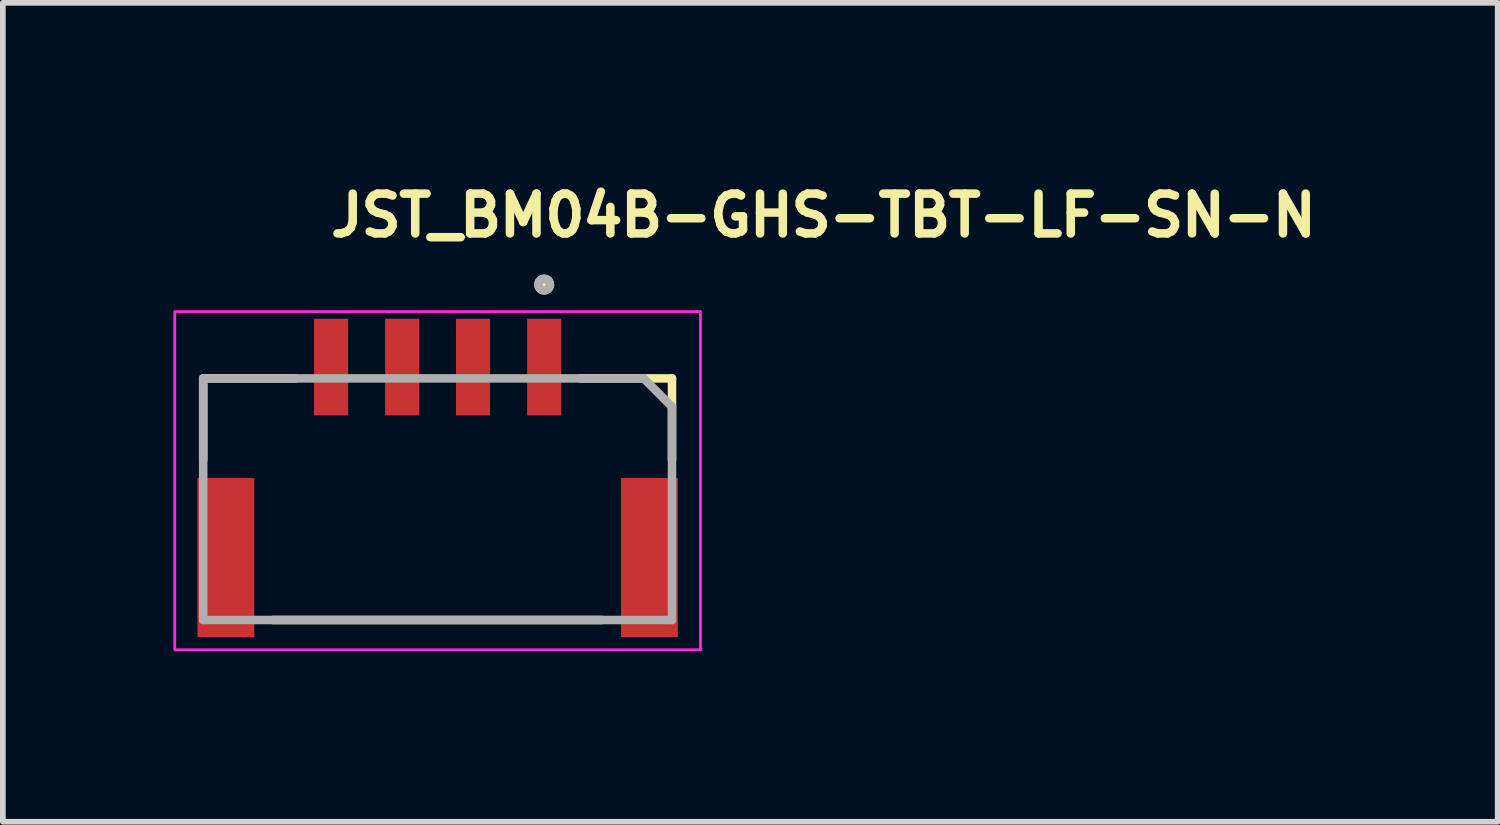
<source format=kicad_pcb>
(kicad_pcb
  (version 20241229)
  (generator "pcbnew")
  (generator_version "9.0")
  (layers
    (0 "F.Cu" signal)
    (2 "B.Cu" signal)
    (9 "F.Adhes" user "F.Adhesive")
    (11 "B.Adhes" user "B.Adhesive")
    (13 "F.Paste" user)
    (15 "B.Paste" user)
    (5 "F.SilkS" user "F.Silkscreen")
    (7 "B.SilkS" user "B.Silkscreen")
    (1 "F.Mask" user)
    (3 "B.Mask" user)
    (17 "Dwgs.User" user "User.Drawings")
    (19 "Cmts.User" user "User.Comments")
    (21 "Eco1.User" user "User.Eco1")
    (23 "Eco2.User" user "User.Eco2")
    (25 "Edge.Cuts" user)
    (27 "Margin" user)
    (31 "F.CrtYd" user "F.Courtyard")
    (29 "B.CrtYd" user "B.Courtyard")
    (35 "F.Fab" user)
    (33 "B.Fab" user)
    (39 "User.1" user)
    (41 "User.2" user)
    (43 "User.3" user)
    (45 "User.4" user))
  (footprint "JST_BM04B-GHS-TBT-LF-SN-N"
    (layer "F.Cu")
    (at 4.65 5.408)
    (property "Reference" "JST_BM04B-GHS-TBT-LF-SN-N" (at -1.96 -4.258 0) (layer "F.SilkS") (effects (font (size 0.7 0.7) (thickness 0.15)) (justify left bottom)))
    (attr smd)
    (fp_line (start -4.125 -1.801) (end -2.5 -1.801) (stroke (width 0.15) (type solid)) (layer "F.SilkS"))
    (fp_line (start -4.125 -0.37) (end -4.125 -1.801) (stroke (width 0.15) (type solid)) (layer "F.SilkS"))
    (fp_line (start -2.899 2.45) (end 2.898 2.45) (stroke (width 0.15) (type solid)) (layer "F.SilkS"))
    (fp_line (start 2.499 -1.801) (end 4.123 -1.801) (stroke (width 0.15) (type solid)) (layer "F.SilkS"))
    (fp_line (start 4.123 -0.37) (end 4.123 -1.801) (stroke (width 0.15) (type solid)) (layer "F.SilkS"))
    (fp_circle (center 1.874 -3.451) (end 1.975 -3.451) (stroke (width 0.15) (type solid)) (fill no) (layer "F.SilkS"))
    (fp_circle (center 1.874 -3.411) (end 1.923 -3.411) (stroke (width 0.15) (type solid)) (fill yes) (layer "F.SilkS"))
    (fp_circle (center 1.874 -3.41) (end 1.924 -3.41) (stroke (width 0.15) (type solid)) (fill yes) (layer "F.SilkS"))
    (fp_rect (start -4.625 -2.976) (end 4.623 2.975) (stroke (width 0.05) (type solid)) (fill no) (layer "F.CrtYd"))
    (fp_line (start -4.125 -1.801) (end 3.624 -1.801) (stroke (width 0.15) (type solid)) (layer "F.Fab"))
    (fp_line (start -4.125 2.45) (end -4.125 -1.801) (stroke (width 0.15) (type solid)) (layer "F.Fab"))
    (fp_line (start 4.123 -1.301) (end 3.624 -1.801) (stroke (width 0.15) (type solid)) (layer "F.Fab"))
    (fp_line (start 4.123 -1.301) (end 4.123 2.45) (stroke (width 0.15) (type solid)) (layer "F.Fab"))
    (fp_line (start 4.123 2.45) (end -4.125 2.45) (stroke (width 0.15) (type solid)) (layer "F.Fab"))
    (fp_circle (center 1.874 -3.451) (end 1.975 -3.451) (stroke (width 0.15) (type solid)) (fill no) (layer "F.Fab"))
    (fp_rect (start -4.125 -2.476) (end 4.123 2.475) (stroke (width 0.1) (type solid)) (fill no) (layer "User.5"))
    (fp_rect (start -4.125 -2.476) (end 4.123 2.475) (stroke (width 0.1) (type solid)) (fill no) (layer "User.5"))
    (fp_line (start -4.125 -1.176) (end -4.125 -1.776) (stroke (width 0.02) (type solid)) (layer "User.9"))
    (fp_line (start -4.125 0.148) (end -4.125 -1.176) (stroke (width 0.02) (type solid)) (layer "User.9"))
    (fp_line (start -4.125 0.148) (end -4.125 0.598) (stroke (width 0.02) (type solid)) (layer "User.9"))
    (fp_line (start -4.125 1.624) (end -4.125 0.598) (stroke (width 0.02) (type solid)) (layer "User.9"))
    (fp_line (start -4.125 1.624) (end -4.125 2.475) (stroke (width 0.02) (type solid)) (layer "User.9"))
    (fp_line (start -4.077 0.598) (end -4.125 0.598) (stroke (width 0.02) (type solid)) (layer "User.9"))
    (fp_line (start -4.077 0.598) (end -4.077 1.624) (stroke (width 0.02) (type solid)) (layer "User.9"))
    (fp_line (start -4.077 1.624) (end -4.125 1.624) (stroke (width 0.02) (type solid)) (layer "User.9"))
    (fp_line (start -3.899 -1.5) (end -3.899 -1.176) (stroke (width 0.02) (type solid)) (layer "User.9"))
    (fp_line (start -3.899 0.148) (end -3.899 -0.25) (stroke (width 0.02) (type solid)) (layer "User.9"))
    (fp_line (start -3.677 2.1) (end -3.677 1.6) (stroke (width 0.02) (type solid)) (layer "User.9"))
    (fp_line (start -3.625 -1.5) (end -3.899 -1.5) (stroke (width 0.02) (type solid)) (layer "User.9"))
    (fp_line (start -3.625 -1.5) (end -3.552 -1.575) (stroke (width 0.02) (type solid)) (layer "User.9"))
    (fp_line (start -3.625 -1.176) (end -4.125 -1.176) (stroke (width 0.02) (type solid)) (layer "User.9"))
    (fp_line (start -3.625 -0.25) (end -3.899 -0.25) (stroke (width 0.02) (type solid)) (layer "User.9"))
    (fp_line (start -3.625 0.148) (end -3.625 -1.5) (stroke (width 0.02) (type solid)) (layer "User.9"))
    (fp_line (start -3.552 -1.575) (end -3.552 0.148) (stroke (width 0.02) (type solid)) (layer "User.9"))
    (fp_line (start -3.552 0.148) (end -4.125 0.148) (stroke (width 0.02) (type solid)) (layer "User.9"))
    (fp_line (start -3.351 -1.776) (end -4.125 -1.776) (stroke (width 0.02) (type solid)) (layer "User.9"))
    (fp_line (start -3.351 -1.776) (end -3.552 -1.575) (stroke (width 0.02) (type solid)) (layer "User.9"))
    (fp_line (start -3.202 -1.351) (end -3.125 -1.276) (stroke (width 0.02) (type solid)) (layer "User.9"))
    (fp_line (start -3.202 -1.351) (end -1.976 -1.351) (stroke (width 0.02) (type solid)) (layer "User.9"))
    (fp_line (start -3.202 0.997) (end -3.202 -1.351) (stroke (width 0.02) (type solid)) (layer "User.9"))
    (fp_line (start -3.202 0.997) (end -3.125 0.925) (stroke (width 0.02) (type solid)) (layer "User.9"))
    (fp_line (start -3.149 1.6) (end -3.149 2.1) (stroke (width 0.02) (type solid)) (layer "User.9"))
    (fp_line (start -3.125 -1.276) (end -3.125 0.925) (stroke (width 0.02) (type solid)) (layer "User.9"))
    (fp_line (start -3.125 0.925) (end -2.625 0.925) (stroke (width 0.02) (type solid)) (layer "User.9"))
    (fp_line (start -2.625 0.423) (end -2.552 0.423) (stroke (width 0.02) (type solid)) (layer "User.9"))
    (fp_line (start -2.625 0.925) (end -2.625 0.423) (stroke (width 0.02) (type solid)) (layer "User.9"))
    (fp_line (start -2.625 1.6) (end -3.677 1.6) (stroke (width 0.02) (type solid)) (layer "User.9"))
    (fp_line (start -2.625 2.1) (end -3.677 2.1) (stroke (width 0.02) (type solid)) (layer "User.9"))
    (fp_line (start -2.625 2.1) (end -2.625 1.6) (stroke (width 0.02) (type solid)) (layer "User.9"))
    (fp_line (start -2.552 0.423) (end -2.552 0.997) (stroke (width 0.02) (type solid)) (layer "User.9"))
    (fp_line (start -2.552 0.423) (end -2.125 0.423) (stroke (width 0.02) (type solid)) (layer "User.9"))
    (fp_line (start -2.552 0.997) (end -3.202 0.997) (stroke (width 0.02) (type solid)) (layer "User.9"))
    (fp_line (start -2.552 0.997) (end -2.625 0.925) (stroke (width 0.02) (type solid)) (layer "User.9"))
    (fp_line (start -2.25 0.723) (end -2.25 2.172) (stroke (width 0.02) (type solid)) (layer "User.9"))
    (fp_line (start -2.25 0.723) (end 2.249 0.723) (stroke (width 0.02) (type solid)) (layer "User.9"))
    (fp_line (start -2.25 2.1) (end 2.249 2.1) (stroke (width 0.02) (type solid)) (layer "User.9"))
    (fp_line (start -2.125 0.122) (end -1.976 0.122) (stroke (width 0.02) (type solid)) (layer "User.9"))
    (fp_line (start -2.125 0.247) (end -2.125 0.122) (stroke (width 0.02) (type solid)) (layer "User.9"))
    (fp_line (start -2.125 0.247) (end -2.125 0.423) (stroke (width 0.02) (type solid)) (layer "User.9"))
    (fp_line (start -1.976 -2.476) (end -1.976 -1.807) (stroke (width 0.02) (type solid)) (layer "User.9"))
    (fp_line (start -1.976 -1.807) (end -1.976 -1.776) (stroke (width 0.02) (type solid)) (layer "User.9"))
    (fp_line (start -1.976 -1.351) (end -1.976 -1.276) (stroke (width 0.02) (type solid)) (layer "User.9"))
    (fp_line (start -1.976 -1.276) (end -3.125 -1.276) (stroke (width 0.02) (type solid)) (layer "User.9"))
    (fp_line (start -1.976 -1.2) (end -1.976 -1.276) (stroke (width 0.02) (type solid)) (layer "User.9"))
    (fp_line (start -1.976 -1.2) (end -1.776 -1.2) (stroke (width 0.02) (type solid)) (layer "User.9"))
    (fp_line (start -1.976 -1.051) (end -1.976 -1.2) (stroke (width 0.02) (type solid)) (layer "User.9"))
    (fp_line (start -1.976 -1.051) (end -1.776 -1.051) (stroke (width 0.02) (type solid)) (layer "User.9"))
    (fp_line (start -1.976 -0.102) (end -1.776 -0.102) (stroke (width 0.02) (type solid)) (layer "User.9"))
    (fp_line (start -1.976 0.05) (end -1.976 -0.102) (stroke (width 0.02) (type solid)) (layer "User.9"))
    (fp_line (start -1.976 0.05) (end -1.776 0.05) (stroke (width 0.02) (type solid)) (layer "User.9"))
    (fp_line (start -1.976 0.122) (end -1.976 0.05) (stroke (width 0.02) (type solid)) (layer "User.9"))
    (fp_line (start -1.976 0.122) (end -1.976 0.247) (stroke (width 0.02) (type solid)) (layer "User.9"))
    (fp_line (start -1.976 0.247) (end -2.125 0.247) (stroke (width 0.02) (type solid)) (layer "User.9"))
    (fp_line (start -1.976 0.35) (end -1.976 0.247) (stroke (width 0.02) (type solid)) (layer "User.9"))
    (fp_line (start -1.976 0.35) (end -1.776 0.35) (stroke (width 0.02) (type solid)) (layer "User.9"))
    (fp_line (start -1.776 -2.476) (end -1.976 -2.476) (stroke (width 0.02) (type solid)) (layer "User.9"))
    (fp_line (start -1.776 -2.476) (end -1.776 -1.807) (stroke (width 0.02) (type solid)) (layer "User.9"))
    (fp_line (start -1.776 -1.807) (end -1.776 -1.776) (stroke (width 0.02) (type solid)) (layer "User.9"))
    (fp_line (start -1.776 -1.351) (end -1.976 -1.351) (stroke (width 0.02) (type solid)) (layer "User.9"))
    (fp_line (start -1.776 -1.351) (end -0.725 -1.351) (stroke (width 0.02) (type solid)) (layer "User.9"))
    (fp_line (start -1.776 -1.276) (end -1.776 -1.351) (stroke (width 0.02) (type solid)) (layer "User.9"))
    (fp_line (start -1.776 -1.2) (end -1.776 -1.276) (stroke (width 0.02) (type solid)) (layer "User.9"))
    (fp_line (start -1.776 -1.051) (end -1.776 -1.2) (stroke (width 0.02) (type solid)) (layer "User.9"))
    (fp_line (start -1.776 0.05) (end -1.776 -0.102) (stroke (width 0.02) (type solid)) (layer "User.9"))
    (fp_line (start -1.776 0.122) (end -1.776 0.05) (stroke (width 0.02) (type solid)) (layer "User.9"))
    (fp_line (start -1.776 0.122) (end -1.625 0.122) (stroke (width 0.02) (type solid)) (layer "User.9"))
    (fp_line (start -1.776 0.247) (end -1.776 0.122) (stroke (width 0.02) (type solid)) (layer "User.9"))
    (fp_line (start -1.776 0.247) (end -1.776 0.35) (stroke (width 0.02) (type solid)) (layer "User.9"))
    (fp_line (start -1.776 0.35) (end -1.976 0.35) (stroke (width 0.02) (type solid)) (layer "User.9"))
    (fp_line (start -1.625 0.122) (end -1.625 0.247) (stroke (width 0.02) (type solid)) (layer "User.9"))
    (fp_line (start -1.625 0.247) (end -1.776 0.247) (stroke (width 0.02) (type solid)) (layer "User.9"))
    (fp_line (start -1.625 0.423) (end -1.625 0.247) (stroke (width 0.02) (type solid)) (layer "User.9"))
    (fp_line (start -1.625 0.423) (end -0.875 0.423) (stroke (width 0.02) (type solid)) (layer "User.9"))
    (fp_line (start -1.25 1.15) (end -1.25 0.8) (stroke (width 0.02) (type solid)) (layer "User.9"))
    (fp_line (start -1.25 1.15) (end 1.249 1.15) (stroke (width 0.02) (type solid)) (layer "User.9"))
    (fp_line (start -0.875 0.122) (end -0.725 0.122) (stroke (width 0.02) (type solid)) (layer "User.9"))
    (fp_line (start -0.875 0.247) (end -0.875 0.122) (stroke (width 0.02) (type solid)) (layer "User.9"))
    (fp_line (start -0.875 0.247) (end -0.875 0.423) (stroke (width 0.02) (type solid)) (layer "User.9"))
    (fp_line (start -0.725 -2.476) (end -0.725 -1.807) (stroke (width 0.02) (type solid)) (layer "User.9"))
    (fp_line (start -0.725 -1.807) (end -0.725 -1.776) (stroke (width 0.02) (type solid)) (layer "User.9"))
    (fp_line (start -0.725 -1.351) (end -0.725 -1.276) (stroke (width 0.02) (type solid)) (layer "User.9"))
    (fp_line (start -0.725 -1.276) (end -1.776 -1.276) (stroke (width 0.02) (type solid)) (layer "User.9"))
    (fp_line (start -0.725 -1.2) (end -0.725 -1.276) (stroke (width 0.02) (type solid)) (layer "User.9"))
    (fp_line (start -0.725 -1.2) (end -0.528 -1.2) (stroke (width 0.02) (type solid)) (layer "User.9"))
    (fp_line (start -0.725 -1.051) (end -0.725 -1.2) (stroke (width 0.02) (type solid)) (layer "User.9"))
    (fp_line (start -0.725 -1.051) (end -0.528 -1.051) (stroke (width 0.02) (type solid)) (layer "User.9"))
    (fp_line (start -0.725 -0.102) (end -0.528 -0.102) (stroke (width 0.02) (type solid)) (layer "User.9"))
    (fp_line (start -0.725 0.05) (end -0.725 -0.102) (stroke (width 0.02) (type solid)) (layer "User.9"))
    (fp_line (start -0.725 0.05) (end -0.528 0.05) (stroke (width 0.02) (type solid)) (layer "User.9"))
    (fp_line (start -0.725 0.122) (end -0.725 0.05) (stroke (width 0.02) (type solid)) (layer "User.9"))
    (fp_line (start -0.725 0.122) (end -0.725 0.247) (stroke (width 0.02) (type solid)) (layer "User.9"))
    (fp_line (start -0.725 0.247) (end -0.875 0.247) (stroke (width 0.02) (type solid)) (layer "User.9"))
    (fp_line (start -0.725 0.35) (end -0.725 0.247) (stroke (width 0.02) (type solid)) (layer "User.9"))
    (fp_line (start -0.725 0.35) (end -0.528 0.35) (stroke (width 0.02) (type solid)) (layer "User.9"))
    (fp_line (start -0.528 -2.476) (end -0.725 -2.476) (stroke (width 0.02) (type solid)) (layer "User.9"))
    (fp_line (start -0.528 -2.476) (end -0.528 -1.807) (stroke (width 0.02) (type solid)) (layer "User.9"))
    (fp_line (start -0.528 -1.807) (end -0.528 -1.776) (stroke (width 0.02) (type solid)) (layer "User.9"))
    (fp_line (start -0.528 -1.351) (end -0.725 -1.351) (stroke (width 0.02) (type solid)) (layer "User.9"))
    (fp_line (start -0.528 -1.351) (end 0.525 -1.351) (stroke (width 0.02) (type solid)) (layer "User.9"))
    (fp_line (start -0.528 -1.276) (end -0.528 -1.351) (stroke (width 0.02) (type solid)) (layer "User.9"))
    (fp_line (start -0.528 -1.2) (end -0.528 -1.276) (stroke (width 0.02) (type solid)) (layer "User.9"))
    (fp_line (start -0.528 -1.051) (end -0.528 -1.2) (stroke (width 0.02) (type solid)) (layer "User.9"))
    (fp_line (start -0.528 0.05) (end -0.528 -0.102) (stroke (width 0.02) (type solid)) (layer "User.9"))
    (fp_line (start -0.528 0.122) (end -0.528 0.05) (stroke (width 0.02) (type solid)) (layer "User.9"))
    (fp_line (start -0.528 0.122) (end -0.375 0.122) (stroke (width 0.02) (type solid)) (layer "User.9"))
    (fp_line (start -0.528 0.247) (end -0.528 0.122) (stroke (width 0.02) (type solid)) (layer "User.9"))
    (fp_line (start -0.528 0.247) (end -0.528 0.35) (stroke (width 0.02) (type solid)) (layer "User.9"))
    (fp_line (start -0.528 0.35) (end -0.725 0.35) (stroke (width 0.02) (type solid)) (layer "User.9"))
    (fp_line (start -0.375 0.122) (end -0.375 0.247) (stroke (width 0.02) (type solid)) (layer "User.9"))
    (fp_line (start -0.375 0.247) (end -0.528 0.247) (stroke (width 0.02) (type solid)) (layer "User.9"))
    (fp_line (start -0.375 0.423) (end -0.375 0.247) (stroke (width 0.02) (type solid)) (layer "User.9"))
    (fp_line (start -0.375 0.423) (end 0.372 0.423) (stroke (width 0.02) (type solid)) (layer "User.9"))
    (fp_line (start 0.372 0.122) (end 0.525 0.122) (stroke (width 0.02) (type solid)) (layer "User.9"))
    (fp_line (start 0.372 0.247) (end 0.372 0.122) (stroke (width 0.02) (type solid)) (layer "User.9"))
    (fp_line (start 0.372 0.247) (end 0.372 0.423) (stroke (width 0.02) (type solid)) (layer "User.9"))
    (fp_line (start 0.525 -2.476) (end 0.525 -1.807) (stroke (width 0.02) (type solid)) (layer "User.9"))
    (fp_line (start 0.525 -2.476) (end 0.722 -2.476) (stroke (width 0.02) (type solid)) (layer "User.9"))
    (fp_line (start 0.525 -1.807) (end 0.525 -1.776) (stroke (width 0.02) (type solid)) (layer "User.9"))
    (fp_line (start 0.525 -1.351) (end 0.525 -1.276) (stroke (width 0.02) (type solid)) (layer "User.9"))
    (fp_line (start 0.525 -1.276) (end -0.528 -1.276) (stroke (width 0.02) (type solid)) (layer "User.9"))
    (fp_line (start 0.525 -1.2) (end 0.525 -1.276) (stroke (width 0.02) (type solid)) (layer "User.9"))
    (fp_line (start 0.525 -1.051) (end 0.525 -1.2) (stroke (width 0.02) (type solid)) (layer "User.9"))
    (fp_line (start 0.525 0.05) (end 0.525 -0.102) (stroke (width 0.02) (type solid)) (layer "User.9"))
    (fp_line (start 0.525 0.122) (end 0.525 0.05) (stroke (width 0.02) (type solid)) (layer "User.9"))
    (fp_line (start 0.525 0.122) (end 0.525 0.247) (stroke (width 0.02) (type solid)) (layer "User.9"))
    (fp_line (start 0.525 0.247) (end 0.372 0.247) (stroke (width 0.02) (type solid)) (layer "User.9"))
    (fp_line (start 0.525 0.35) (end 0.525 0.247) (stroke (width 0.02) (type solid)) (layer "User.9"))
    (fp_line (start 0.722 -2.476) (end 0.722 -1.807) (stroke (width 0.02) (type solid)) (layer "User.9"))
    (fp_line (start 0.722 -1.807) (end 0.722 -1.776) (stroke (width 0.02) (type solid)) (layer "User.9"))
    (fp_line (start 0.722 -1.351) (end 0.525 -1.351) (stroke (width 0.02) (type solid)) (layer "User.9"))
    (fp_line (start 0.722 -1.351) (end 1.773 -1.351) (stroke (width 0.02) (type solid)) (layer "User.9"))
    (fp_line (start 0.722 -1.276) (end 0.722 -1.351) (stroke (width 0.02) (type solid)) (layer "User.9"))
    (fp_line (start 0.722 -1.2) (end 0.525 -1.2) (stroke (width 0.02) (type solid)) (layer "User.9"))
    (fp_line (start 0.722 -1.2) (end 0.722 -1.276) (stroke (width 0.02) (type solid)) (layer "User.9"))
    (fp_line (start 0.722 -1.051) (end 0.525 -1.051) (stroke (width 0.02) (type solid)) (layer "User.9"))
    (fp_line (start 0.722 -1.051) (end 0.722 -1.2) (stroke (width 0.02) (type solid)) (layer "User.9"))
    (fp_line (start 0.722 -0.102) (end 0.525 -0.102) (stroke (width 0.02) (type solid)) (layer "User.9"))
    (fp_line (start 0.722 0.05) (end 0.525 0.05) (stroke (width 0.02) (type solid)) (layer "User.9"))
    (fp_line (start 0.722 0.05) (end 0.722 -0.102) (stroke (width 0.02) (type solid)) (layer "User.9"))
    (fp_line (start 0.722 0.122) (end 0.722 0.05) (stroke (width 0.02) (type solid)) (layer "User.9"))
    (fp_line (start 0.722 0.122) (end 0.872 0.122) (stroke (width 0.02) (type solid)) (layer "User.9"))
    (fp_line (start 0.722 0.247) (end 0.722 0.122) (stroke (width 0.02) (type solid)) (layer "User.9"))
    (fp_line (start 0.722 0.247) (end 0.722 0.35) (stroke (width 0.02) (type solid)) (layer "User.9"))
    (fp_line (start 0.722 0.35) (end 0.525 0.35) (stroke (width 0.02) (type solid)) (layer "User.9"))
    (fp_line (start 0.722 0.35) (end 0.525 0.35) (stroke (width 0.02) (type solid)) (layer "User.9"))
    (fp_line (start 0.872 0.122) (end 0.872 0.247) (stroke (width 0.02) (type solid)) (layer "User.9"))
    (fp_line (start 0.872 0.247) (end 0.722 0.247) (stroke (width 0.02) (type solid)) (layer "User.9"))
    (fp_line (start 0.872 0.423) (end 0.872 0.247) (stroke (width 0.02) (type solid)) (layer "User.9"))
    (fp_line (start 0.872 0.423) (end 1.624 0.423) (stroke (width 0.02) (type solid)) (layer "User.9"))
    (fp_line (start 1.249 0.8) (end 1.249 1.15) (stroke (width 0.02) (type solid)) (layer "User.9"))
    (fp_line (start 1.624 0.122) (end 1.773 0.122) (stroke (width 0.02) (type solid)) (layer "User.9"))
    (fp_line (start 1.624 0.247) (end 1.624 0.122) (stroke (width 0.02) (type solid)) (layer "User.9"))
    (fp_line (start 1.624 0.247) (end 1.624 0.423) (stroke (width 0.02) (type solid)) (layer "User.9"))
    (fp_line (start 1.773 -2.476) (end 1.773 -1.807) (stroke (width 0.02) (type solid)) (layer "User.9"))
    (fp_line (start 1.773 -2.476) (end 1.975 -2.476) (stroke (width 0.02) (type solid)) (layer "User.9"))
    (fp_line (start 1.773 -1.807) (end 1.773 -1.776) (stroke (width 0.02) (type solid)) (layer "User.9"))
    (fp_line (start 1.773 -1.351) (end 1.773 -1.276) (stroke (width 0.02) (type solid)) (layer "User.9"))
    (fp_line (start 1.773 -1.276) (end 0.722 -1.276) (stroke (width 0.02) (type solid)) (layer "User.9"))
    (fp_line (start 1.773 -1.2) (end 1.773 -1.276) (stroke (width 0.02) (type solid)) (layer "User.9"))
    (fp_line (start 1.773 -1.051) (end 1.773 -1.2) (stroke (width 0.02) (type solid)) (layer "User.9"))
    (fp_line (start 1.773 0.05) (end 1.773 -0.102) (stroke (width 0.02) (type solid)) (layer "User.9"))
    (fp_line (start 1.773 0.122) (end 1.773 0.05) (stroke (width 0.02) (type solid)) (layer "User.9"))
    (fp_line (start 1.773 0.122) (end 1.773 0.247) (stroke (width 0.02) (type solid)) (layer "User.9"))
    (fp_line (start 1.773 0.247) (end 1.624 0.247) (stroke (width 0.02) (type solid)) (layer "User.9"))
    (fp_line (start 1.773 0.35) (end 1.773 0.247) (stroke (width 0.02) (type solid)) (layer "User.9"))
    (fp_line (start 1.975 -2.476) (end 1.975 -1.807) (stroke (width 0.02) (type solid)) (layer "User.9"))
    (fp_line (start 1.975 -1.807) (end 1.975 -1.776) (stroke (width 0.02) (type solid)) (layer "User.9"))
    (fp_line (start 1.975 -1.351) (end 1.773 -1.351) (stroke (width 0.02) (type solid)) (layer "User.9"))
    (fp_line (start 1.975 -1.351) (end 3.201 -1.351) (stroke (width 0.02) (type solid)) (layer "User.9"))
    (fp_line (start 1.975 -1.276) (end 1.975 -1.351) (stroke (width 0.02) (type solid)) (layer "User.9"))
    (fp_line (start 1.975 -1.2) (end 1.773 -1.2) (stroke (width 0.02) (type solid)) (layer "User.9"))
    (fp_line (start 1.975 -1.2) (end 1.975 -1.276) (stroke (width 0.02) (type solid)) (layer "User.9"))
    (fp_line (start 1.975 -1.051) (end 1.773 -1.051) (stroke (width 0.02) (type solid)) (layer "User.9"))
    (fp_line (start 1.975 -1.051) (end 1.975 -1.2) (stroke (width 0.02) (type solid)) (layer "User.9"))
    (fp_line (start 1.975 -0.102) (end 1.773 -0.102) (stroke (width 0.02) (type solid)) (layer "User.9"))
    (fp_line (start 1.975 0.05) (end 1.773 0.05) (stroke (width 0.02) (type solid)) (layer "User.9"))
    (fp_line (start 1.975 0.05) (end 1.975 -0.102) (stroke (width 0.02) (type solid)) (layer "User.9"))
    (fp_line (start 1.975 0.122) (end 1.975 0.05) (stroke (width 0.02) (type solid)) (layer "User.9"))
    (fp_line (start 1.975 0.122) (end 2.124 0.122) (stroke (width 0.02) (type solid)) (layer "User.9"))
    (fp_line (start 1.975 0.247) (end 1.975 0.122) (stroke (width 0.02) (type solid)) (layer "User.9"))
    (fp_line (start 1.975 0.247) (end 1.975 0.35) (stroke (width 0.02) (type solid)) (layer "User.9"))
    (fp_line (start 1.975 0.35) (end 1.773 0.35) (stroke (width 0.02) (type solid)) (layer "User.9"))
    (fp_line (start 1.975 0.35) (end 1.773 0.35) (stroke (width 0.02) (type solid)) (layer "User.9"))
    (fp_line (start 2.124 0.122) (end 2.124 0.247) (stroke (width 0.02) (type solid)) (layer "User.9"))
    (fp_line (start 2.124 0.247) (end 1.975 0.247) (stroke (width 0.02) (type solid)) (layer "User.9"))
    (fp_line (start 2.124 0.423) (end 2.124 0.247) (stroke (width 0.02) (type solid)) (layer "User.9"))
    (fp_line (start 2.124 0.423) (end 2.547 0.423) (stroke (width 0.02) (type solid)) (layer "User.9"))
    (fp_line (start 2.249 0.723) (end 2.249 2.172) (stroke (width 0.02) (type solid)) (layer "User.9"))
    (fp_line (start 2.249 0.8) (end -2.25 0.8) (stroke (width 0.02) (type solid)) (layer "User.9"))
    (fp_line (start 2.249 2.172) (end -2.25 2.172) (stroke (width 0.02) (type solid)) (layer "User.9"))
    (fp_line (start 2.547 0.423) (end 2.624 0.423) (stroke (width 0.02) (type solid)) (layer "User.9"))
    (fp_line (start 2.547 0.997) (end 2.547 0.423) (stroke (width 0.02) (type solid)) (layer "User.9"))
    (fp_line (start 2.624 0.423) (end 2.624 0.925) (stroke (width 0.02) (type solid)) (layer "User.9"))
    (fp_line (start 2.624 0.925) (end 2.547 0.997) (stroke (width 0.02) (type solid)) (layer "User.9"))
    (fp_line (start 2.624 0.925) (end 3.124 0.925) (stroke (width 0.02) (type solid)) (layer "User.9"))
    (fp_line (start 2.624 1.6) (end 3.672 1.6) (stroke (width 0.02) (type solid)) (layer "User.9"))
    (fp_line (start 2.624 2.1) (end 2.624 1.6) (stroke (width 0.02) (type solid)) (layer "User.9"))
    (fp_line (start 2.624 2.1) (end 3.672 2.1) (stroke (width 0.02) (type solid)) (layer "User.9"))
    (fp_line (start 3.124 -1.276) (end 1.975 -1.276) (stroke (width 0.02) (type solid)) (layer "User.9"))
    (fp_line (start 3.124 -1.276) (end 3.201 -1.351) (stroke (width 0.02) (type solid)) (layer "User.9"))
    (fp_line (start 3.124 0.925) (end 3.124 -1.276) (stroke (width 0.02) (type solid)) (layer "User.9"))
    (fp_line (start 3.124 0.925) (end 3.201 0.997) (stroke (width 0.02) (type solid)) (layer "User.9"))
    (fp_line (start 3.124 2.398) (end 3.124 2.475) (stroke (width 0.02) (type solid)) (layer "User.9"))
    (fp_line (start 3.124 2.475) (end -4.125 2.475) (stroke (width 0.02) (type solid)) (layer "User.9"))
    (fp_line (start 3.124 2.475) (end 3.499 2.475) (stroke (width 0.02) (type solid)) (layer "User.9"))
    (fp_line (start 3.148 2.1) (end 3.148 1.6) (stroke (width 0.02) (type solid)) (layer "User.9"))
    (fp_line (start 3.201 -1.351) (end 3.201 0.997) (stroke (width 0.02) (type solid)) (layer "User.9"))
    (fp_line (start 3.201 0.997) (end 2.547 0.997) (stroke (width 0.02) (type solid)) (layer "User.9"))
    (fp_line (start 3.35 -1.776) (end -3.351 -1.776) (stroke (width 0.02) (type solid)) (layer "User.9"))
    (fp_line (start 3.35 -1.776) (end 4.123 -1.776) (stroke (width 0.02) (type solid)) (layer "User.9"))
    (fp_line (start 3.499 2.398) (end 3.499 2.475) (stroke (width 0.02) (type solid)) (layer "User.9"))
    (fp_line (start 3.499 2.475) (end 3.874 2.475) (stroke (width 0.02) (type solid)) (layer "User.9"))
    (fp_line (start 3.547 -1.575) (end 3.35 -1.776) (stroke (width 0.02) (type solid)) (layer "User.9"))
    (fp_line (start 3.547 -1.575) (end 3.624 -1.5) (stroke (width 0.02) (type solid)) (layer "User.9"))
    (fp_line (start 3.547 0.148) (end 3.547 -1.575) (stroke (width 0.02) (type solid)) (layer "User.9"))
    (fp_line (start 3.547 0.148) (end 4.123 0.148) (stroke (width 0.02) (type solid)) (layer "User.9"))
    (fp_line (start 3.624 -1.5) (end 3.624 0.148) (stroke (width 0.02) (type solid)) (layer "User.9"))
    (fp_line (start 3.624 -1.176) (end 4.123 -1.176) (stroke (width 0.02) (type solid)) (layer "User.9"))
    (fp_line (start 3.672 2.1) (end 3.672 1.6) (stroke (width 0.02) (type solid)) (layer "User.9"))
    (fp_line (start 3.874 2.398) (end 3.124 2.398) (stroke (width 0.02) (type solid)) (layer "User.9"))
    (fp_line (start 3.874 2.398) (end 3.874 2.475) (stroke (width 0.02) (type solid)) (layer "User.9"))
    (fp_line (start 3.898 -1.5) (end 3.624 -1.5) (stroke (width 0.02) (type solid)) (layer "User.9"))
    (fp_line (start 3.898 -1.176) (end 3.898 -1.5) (stroke (width 0.02) (type solid)) (layer "User.9"))
    (fp_line (start 3.898 -0.25) (end 3.624 -0.25) (stroke (width 0.02) (type solid)) (layer "User.9"))
    (fp_line (start 3.898 -0.25) (end 3.898 0.148) (stroke (width 0.02) (type solid)) (layer "User.9"))
    (fp_line (start 4.076 0.598) (end 4.076 1.624) (stroke (width 0.02) (type solid)) (layer "User.9"))
    (fp_line (start 4.076 0.598) (end 4.123 0.598) (stroke (width 0.02) (type solid)) (layer "User.9"))
    (fp_line (start 4.076 1.624) (end 4.123 1.624) (stroke (width 0.02) (type solid)) (layer "User.9"))
    (fp_line (start 4.123 -1.176) (end 4.123 -1.776) (stroke (width 0.02) (type solid)) (layer "User.9"))
    (fp_line (start 4.123 0.148) (end 4.123 -1.176) (stroke (width 0.02) (type solid)) (layer "User.9"))
    (fp_line (start 4.123 0.148) (end 4.123 0.598) (stroke (width 0.02) (type solid)) (layer "User.9"))
    (fp_line (start 4.123 1.624) (end 4.123 0.598) (stroke (width 0.02) (type solid)) (layer "User.9"))
    (fp_line (start 4.123 1.624) (end 4.123 2.475) (stroke (width 0.02) (type solid)) (layer "User.9"))
    (fp_line (start 4.123 2.475) (end 3.874 2.475) (stroke (width 0.02) (type solid)) (layer "User.9"))
    (pad "1" smd rect (at 1.874 -2 90) (size 1.7 0.6) (layers "F.Cu" "F.Mask" "F.Paste"))
    (pad "2" smd rect (at 0.622 -2 90) (size 1.7 0.6) (layers "F.Cu" "F.Mask" "F.Paste"))
    (pad "3" smd rect (at -0.625 -2 90) (size 1.7 0.6) (layers "F.Cu" "F.Mask" "F.Paste"))
    (pad "4" smd rect (at -1.875 -2 90) (size 1.7 0.6) (layers "F.Cu" "F.Mask" "F.Paste"))
    (pad "MP" smd rect (at -3.726 1.35 270) (size 2.8 1) (layers "F.Cu" "F.Mask" "F.Paste"))
    (pad "MP" smd rect (at 3.725 1.35 270) (size 2.8 1) (layers "F.Cu" "F.Mask" "F.Paste")))
  (gr_rect
    (start -3 -3)
    (end 23.3 11.408)
    (stroke (width 0.1) (type default))
    (fill no)
    (layer "Edge.Cuts")))
</source>
